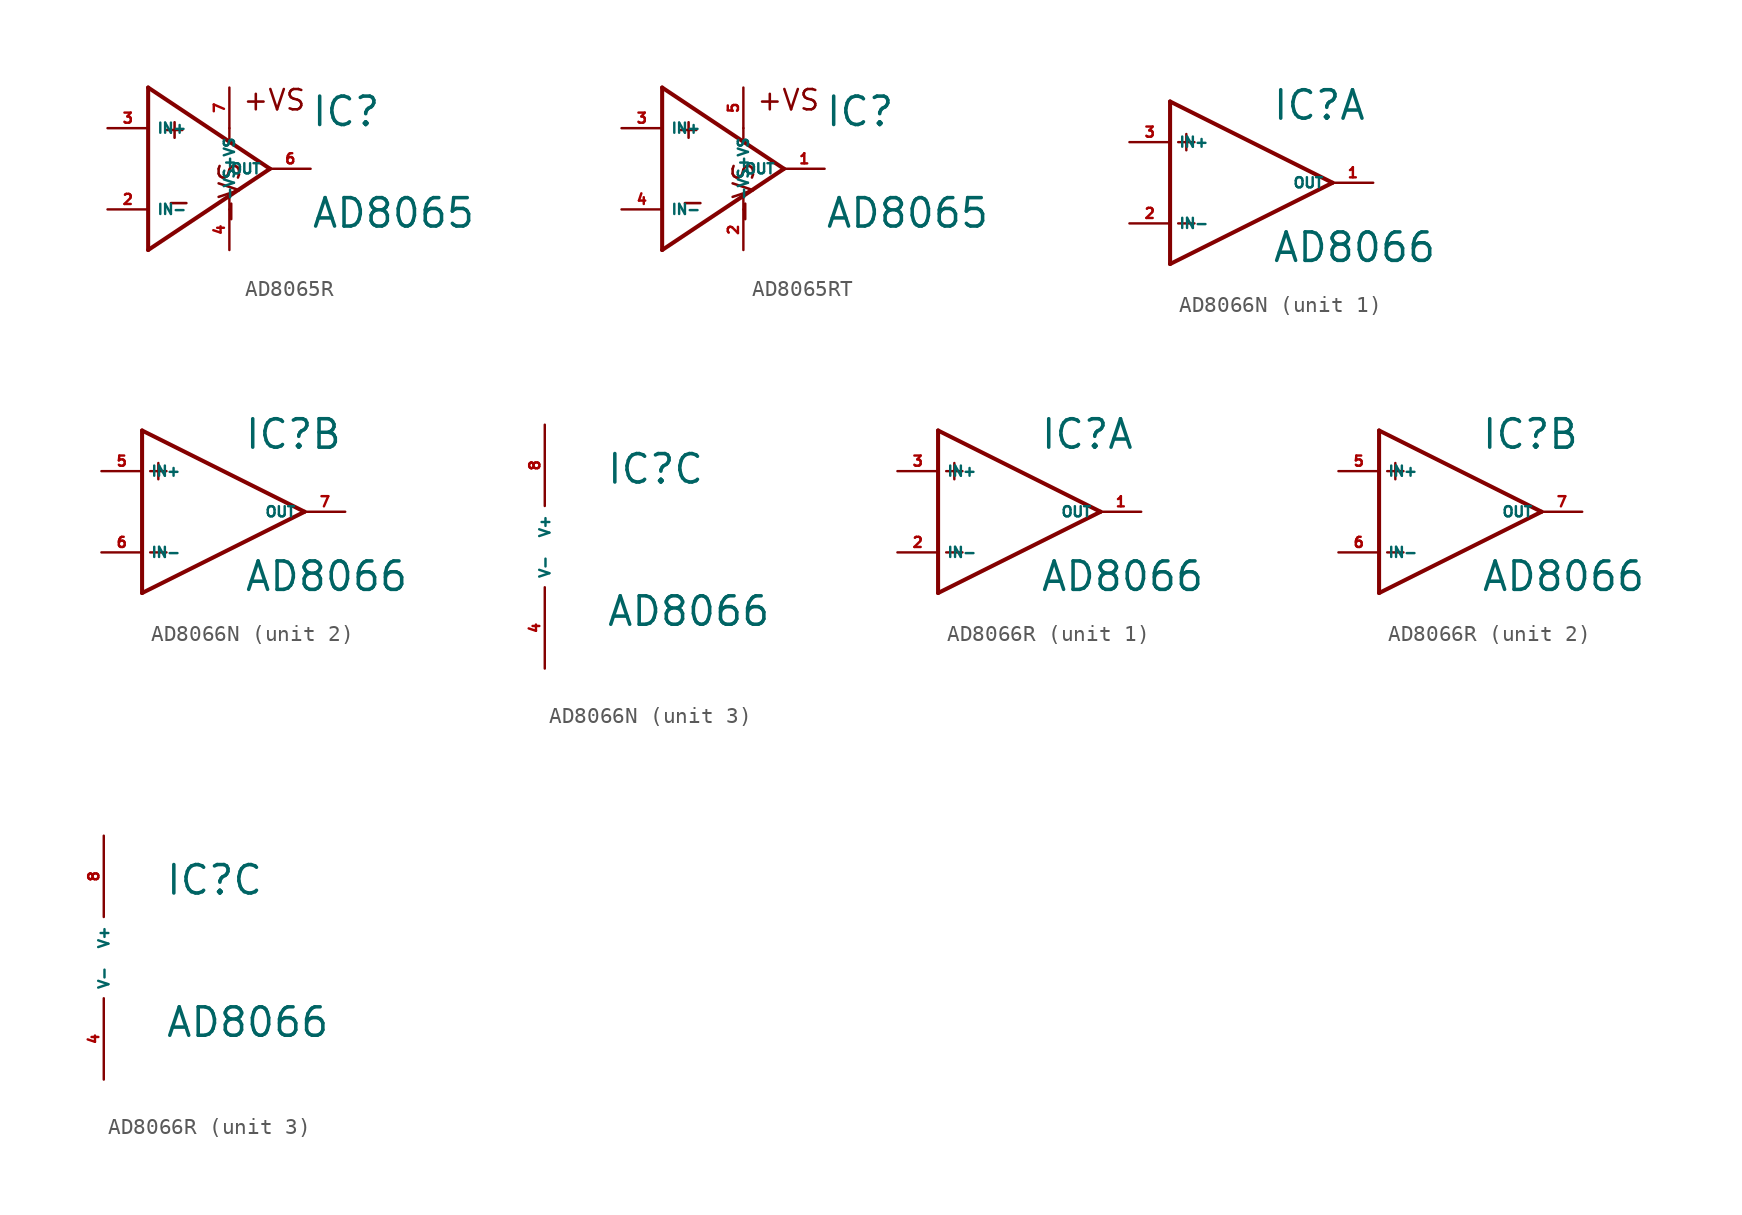
<source format=kicad_sym>
(kicad_symbol_lib
  (version 20220914)
  (generator Eagle2Kicad)
  (symbol "AD8065R"
    (property "Reference" "IC"
      (at 7.62 2.54 0)
      (effects (font (size 1.778 1.778) (thickness 0.22)) (justify left bottom)))
    (property "Value" "AD8065"
      (at 7.62 -3.81 0)
      (effects (font (size 1.778 1.778) (thickness 0.22)) (justify left bottom)))
    (polyline
      (pts (xy -2.54 5.08) (xy -2.54 -5.08))
      (stroke (width 0.254) (type default))
      (fill (type none)))
    (polyline
      (pts (xy -2.54 -5.08) (xy 5.08 0))
      (stroke (width 0.254) (type default))
      (fill (type none)))
    (polyline
      (pts (xy 5.08 0) (xy -2.54 5.08))
      (stroke (width 0.254) (type default))
      (fill (type none)))
    (polyline
      (pts (xy 2.54 2.54) (xy 2.54 1.778))
      (stroke (width 0.152) (type default))
      (fill (type none)))
    (polyline
      (pts (xy 2.54 -2.54) (xy 2.54 -1.778))
      (stroke (width 0.152) (type default))
      (fill (type none)))
    (text "+"
      (at -1.778 1.778 0)
      (effects (font (size 1.27 1.27) (thickness 0.16)) (justify left bottom)))
    (text "-"
      (at -1.524 -2.794 0)
      (effects (font (size 1.27 1.27) (thickness 0.16)) (justify left bottom)))
    (text "+VS"
      (at 3.302 3.556 0)
      (effects (font (size 1.27 1.27) (thickness 0.16)) (justify left bottom)))
    (text "-VS"
      (at 3.302 -3.556 1800)
      (effects (font (size 1.27 1.27) (thickness 0.16)) (justify left bottom mirror)))
    (pin input line
      (at -5.08 2.54 0)
      (length 2.54)
      (name "IN+" (effects (font (size 0.635 0.635) (thickness 0.08)) (justify left bottom)))
      (number "3" (effects (font (size 0.635 0.635) (thickness 0.08)) (justify left bottom))))
    (pin input line
      (at -5.08 -2.54 0)
      (length 2.54)
      (name "IN-" (effects (font (size 0.635 0.635) (thickness 0.08)) (justify left bottom)))
      (number "2" (effects (font (size 0.635 0.635) (thickness 0.08)) (justify left bottom))))
    (pin output line
      (at 7.62 0 180)
      (length 2.54)
      (name "OUT" (effects (font (size 0.635 0.635) (thickness 0.08)) (justify left bottom)))
      (number "6" (effects (font (size 0.635 0.635) (thickness 0.08)) (justify left bottom))))
    (pin input line
      (at 2.54 -5.08 90)
      (length 2.54)
      (name "-VS" (effects (font (size 0.635 0.635) (thickness 0.08)) (justify left bottom)))
      (number "4" (effects (font (size 0.635 0.635) (thickness 0.08)) (justify left bottom))))
    (pin input line
      (at 2.54 5.08 270)
      (length 2.54)
      (name "+VS" (effects (font (size 0.635 0.635) (thickness 0.08)) (justify left bottom)))
      (number "7" (effects (font (size 0.635 0.635) (thickness 0.08)) (justify left bottom)))))
  (symbol "AD8065RT"
    (property "Reference" "IC"
      (at 7.62 2.54 0)
      (effects (font (size 1.778 1.778) (thickness 0.22)) (justify left bottom)))
    (property "Value" "AD8065"
      (at 7.62 -3.81 0)
      (effects (font (size 1.778 1.778) (thickness 0.22)) (justify left bottom)))
    (polyline
      (pts (xy -2.54 5.08) (xy -2.54 -5.08))
      (stroke (width 0.254) (type default))
      (fill (type none)))
    (polyline
      (pts (xy -2.54 -5.08) (xy 5.08 0))
      (stroke (width 0.254) (type default))
      (fill (type none)))
    (polyline
      (pts (xy 5.08 0) (xy -2.54 5.08))
      (stroke (width 0.254) (type default))
      (fill (type none)))
    (polyline
      (pts (xy 2.54 2.54) (xy 2.54 1.778))
      (stroke (width 0.152) (type default))
      (fill (type none)))
    (polyline
      (pts (xy 2.54 -2.54) (xy 2.54 -1.778))
      (stroke (width 0.152) (type default))
      (fill (type none)))
    (text "+"
      (at -1.778 1.778 0)
      (effects (font (size 1.27 1.27) (thickness 0.16)) (justify left bottom)))
    (text "-"
      (at -1.524 -2.794 0)
      (effects (font (size 1.27 1.27) (thickness 0.16)) (justify left bottom)))
    (text "+VS"
      (at 3.302 3.556 0)
      (effects (font (size 1.27 1.27) (thickness 0.16)) (justify left bottom)))
    (text "-VS"
      (at 3.302 -3.556 1800)
      (effects (font (size 1.27 1.27) (thickness 0.16)) (justify left bottom mirror)))
    (pin input line
      (at -5.08 2.54 0)
      (length 2.54)
      (name "IN+" (effects (font (size 0.635 0.635) (thickness 0.08)) (justify left bottom)))
      (number "3" (effects (font (size 0.635 0.635) (thickness 0.08)) (justify left bottom))))
    (pin input line
      (at -5.08 -2.54 0)
      (length 2.54)
      (name "IN-" (effects (font (size 0.635 0.635) (thickness 0.08)) (justify left bottom)))
      (number "4" (effects (font (size 0.635 0.635) (thickness 0.08)) (justify left bottom))))
    (pin output line
      (at 7.62 0 180)
      (length 2.54)
      (name "OUT" (effects (font (size 0.635 0.635) (thickness 0.08)) (justify left bottom)))
      (number "1" (effects (font (size 0.635 0.635) (thickness 0.08)) (justify left bottom))))
    (pin input line
      (at 2.54 -5.08 90)
      (length 2.54)
      (name "-VS" (effects (font (size 0.635 0.635) (thickness 0.08)) (justify left bottom)))
      (number "2" (effects (font (size 0.635 0.635) (thickness 0.08)) (justify left bottom))))
    (pin input line
      (at 2.54 5.08 270)
      (length 2.54)
      (name "+VS" (effects (font (size 0.635 0.635) (thickness 0.08)) (justify left bottom)))
      (number "5" (effects (font (size 0.635 0.635) (thickness 0.08)) (justify left bottom)))))
  (symbol "AD8066N"
    (property "Reference" "IC"
      (at 3.81 3.81 0)
      (effects (font (size 1.778 1.778) (thickness 0.22)) (justify left bottom)))
    (property "Value" "AD8066"
      (at 3.81 -5.08 0)
      (effects (font (size 1.778 1.778) (thickness 0.22)) (justify left bottom)))
    (symbol "AD8066N_1_0"
      (polyline (pts (xy -2.54 5.08) (xy -2.54 -5.08)) (stroke (width 0.254) (type default)) (fill (type none)))
      (polyline (pts (xy -2.54 -5.08) (xy 7.62 0)) (stroke (width 0.254) (type default)) (fill (type none)))
      (polyline (pts (xy 7.62 0) (xy -2.54 5.08)) (stroke (width 0.254) (type default)) (fill (type none)))
      (polyline (pts (xy -2.032 2.54) (xy -1.016 2.54)) (stroke (width 0.152) (type default)) (fill (type none)))
      (polyline (pts (xy -1.524 3.048) (xy -1.524 2.032)) (stroke (width 0.152) (type default)) (fill (type none)))
      (polyline (pts (xy -2.032 -2.54) (xy -1.016 -2.54)) (stroke (width 0.152) (type default)) (fill (type none)))
      (pin input line (at -5.08 2.54 0) (length 2.54) (name "IN+" (effects (font (size 0.635 0.635) (thickness 0.08)) (justify left bottom))) (number "3" (effects (font (size 0.635 0.635) (thickness 0.08)) (justify left bottom))))
      (pin input line (at -5.08 -2.54 0) (length 2.54) (name "IN-" (effects (font (size 0.635 0.635) (thickness 0.08)) (justify left bottom))) (number "2" (effects (font (size 0.635 0.635) (thickness 0.08)) (justify left bottom))))
      (pin output line (at 10.16 0 180) (length 2.54) (name "OUT" (effects (font (size 0.635 0.635) (thickness 0.08)) (justify left bottom))) (number "1" (effects (font (size 0.635 0.635) (thickness 0.08)) (justify left bottom)))))
    (symbol "AD8066N_2_0"
      (polyline (pts (xy -2.54 5.08) (xy -2.54 -5.08)) (stroke (width 0.254) (type default)) (fill (type none)))
      (polyline (pts (xy -2.54 -5.08) (xy 7.62 0)) (stroke (width 0.254) (type default)) (fill (type none)))
      (polyline (pts (xy 7.62 0) (xy -2.54 5.08)) (stroke (width 0.254) (type default)) (fill (type none)))
      (polyline (pts (xy -2.032 2.54) (xy -1.016 2.54)) (stroke (width 0.152) (type default)) (fill (type none)))
      (polyline (pts (xy -1.524 3.048) (xy -1.524 2.032)) (stroke (width 0.152) (type default)) (fill (type none)))
      (polyline (pts (xy -2.032 -2.54) (xy -1.016 -2.54)) (stroke (width 0.152) (type default)) (fill (type none)))
      (pin input line (at -5.08 2.54 0) (length 2.54) (name "IN+" (effects (font (size 0.635 0.635) (thickness 0.08)) (justify left bottom))) (number "5" (effects (font (size 0.635 0.635) (thickness 0.08)) (justify left bottom))))
      (pin input line (at -5.08 -2.54 0) (length 2.54) (name "IN-" (effects (font (size 0.635 0.635) (thickness 0.08)) (justify left bottom))) (number "6" (effects (font (size 0.635 0.635) (thickness 0.08)) (justify left bottom))))
      (pin output line (at 10.16 0 180) (length 2.54) (name "OUT" (effects (font (size 0.635 0.635) (thickness 0.08)) (justify left bottom))) (number "7" (effects (font (size 0.635 0.635) (thickness 0.08)) (justify left bottom)))))
    (symbol "AD8066N_3_0"
      (pin unspecified line (at 0 7.62 270) (length 5.08) (name "V+" (effects (font (size 0.635 0.635) (thickness 0.08)) (justify left bottom))) (number "8" (effects (font (size 0.635 0.635) (thickness 0.08)) (justify left bottom))))
      (pin unspecified line (at 0 -7.62 90) (length 5.08) (name "V-" (effects (font (size 0.635 0.635) (thickness 0.08)) (justify left bottom))) (number "4" (effects (font (size 0.635 0.635) (thickness 0.08)) (justify left bottom))))))
  (symbol "AD8066R"
    (property "Reference" "IC"
      (at 3.81 3.81 0)
      (effects (font (size 1.778 1.778) (thickness 0.22)) (justify left bottom)))
    (property "Value" "AD8066"
      (at 3.81 -5.08 0)
      (effects (font (size 1.778 1.778) (thickness 0.22)) (justify left bottom)))
    (symbol "AD8066R_1_0"
      (polyline (pts (xy -2.54 5.08) (xy -2.54 -5.08)) (stroke (width 0.254) (type default)) (fill (type none)))
      (polyline (pts (xy -2.54 -5.08) (xy 7.62 0)) (stroke (width 0.254) (type default)) (fill (type none)))
      (polyline (pts (xy 7.62 0) (xy -2.54 5.08)) (stroke (width 0.254) (type default)) (fill (type none)))
      (polyline (pts (xy -2.032 2.54) (xy -1.016 2.54)) (stroke (width 0.152) (type default)) (fill (type none)))
      (polyline (pts (xy -1.524 3.048) (xy -1.524 2.032)) (stroke (width 0.152) (type default)) (fill (type none)))
      (polyline (pts (xy -2.032 -2.54) (xy -1.016 -2.54)) (stroke (width 0.152) (type default)) (fill (type none)))
      (pin input line (at -5.08 2.54 0) (length 2.54) (name "IN+" (effects (font (size 0.635 0.635) (thickness 0.08)) (justify left bottom))) (number "3" (effects (font (size 0.635 0.635) (thickness 0.08)) (justify left bottom))))
      (pin input line (at -5.08 -2.54 0) (length 2.54) (name "IN-" (effects (font (size 0.635 0.635) (thickness 0.08)) (justify left bottom))) (number "2" (effects (font (size 0.635 0.635) (thickness 0.08)) (justify left bottom))))
      (pin output line (at 10.16 0 180) (length 2.54) (name "OUT" (effects (font (size 0.635 0.635) (thickness 0.08)) (justify left bottom))) (number "1" (effects (font (size 0.635 0.635) (thickness 0.08)) (justify left bottom)))))
    (symbol "AD8066R_2_0"
      (polyline (pts (xy -2.54 5.08) (xy -2.54 -5.08)) (stroke (width 0.254) (type default)) (fill (type none)))
      (polyline (pts (xy -2.54 -5.08) (xy 7.62 0)) (stroke (width 0.254) (type default)) (fill (type none)))
      (polyline (pts (xy 7.62 0) (xy -2.54 5.08)) (stroke (width 0.254) (type default)) (fill (type none)))
      (polyline (pts (xy -2.032 2.54) (xy -1.016 2.54)) (stroke (width 0.152) (type default)) (fill (type none)))
      (polyline (pts (xy -1.524 3.048) (xy -1.524 2.032)) (stroke (width 0.152) (type default)) (fill (type none)))
      (polyline (pts (xy -2.032 -2.54) (xy -1.016 -2.54)) (stroke (width 0.152) (type default)) (fill (type none)))
      (pin input line (at -5.08 2.54 0) (length 2.54) (name "IN+" (effects (font (size 0.635 0.635) (thickness 0.08)) (justify left bottom))) (number "5" (effects (font (size 0.635 0.635) (thickness 0.08)) (justify left bottom))))
      (pin input line (at -5.08 -2.54 0) (length 2.54) (name "IN-" (effects (font (size 0.635 0.635) (thickness 0.08)) (justify left bottom))) (number "6" (effects (font (size 0.635 0.635) (thickness 0.08)) (justify left bottom))))
      (pin output line (at 10.16 0 180) (length 2.54) (name "OUT" (effects (font (size 0.635 0.635) (thickness 0.08)) (justify left bottom))) (number "7" (effects (font (size 0.635 0.635) (thickness 0.08)) (justify left bottom)))))
    (symbol "AD8066R_3_0"
      (pin unspecified line (at 0 7.62 270) (length 5.08) (name "V+" (effects (font (size 0.635 0.635) (thickness 0.08)) (justify left bottom))) (number "8" (effects (font (size 0.635 0.635) (thickness 0.08)) (justify left bottom))))
      (pin unspecified line (at 0 -7.62 90) (length 5.08) (name "V-" (effects (font (size 0.635 0.635) (thickness 0.08)) (justify left bottom))) (number "4" (effects (font (size 0.635 0.635) (thickness 0.08)) (justify left bottom)))))))
</source>
